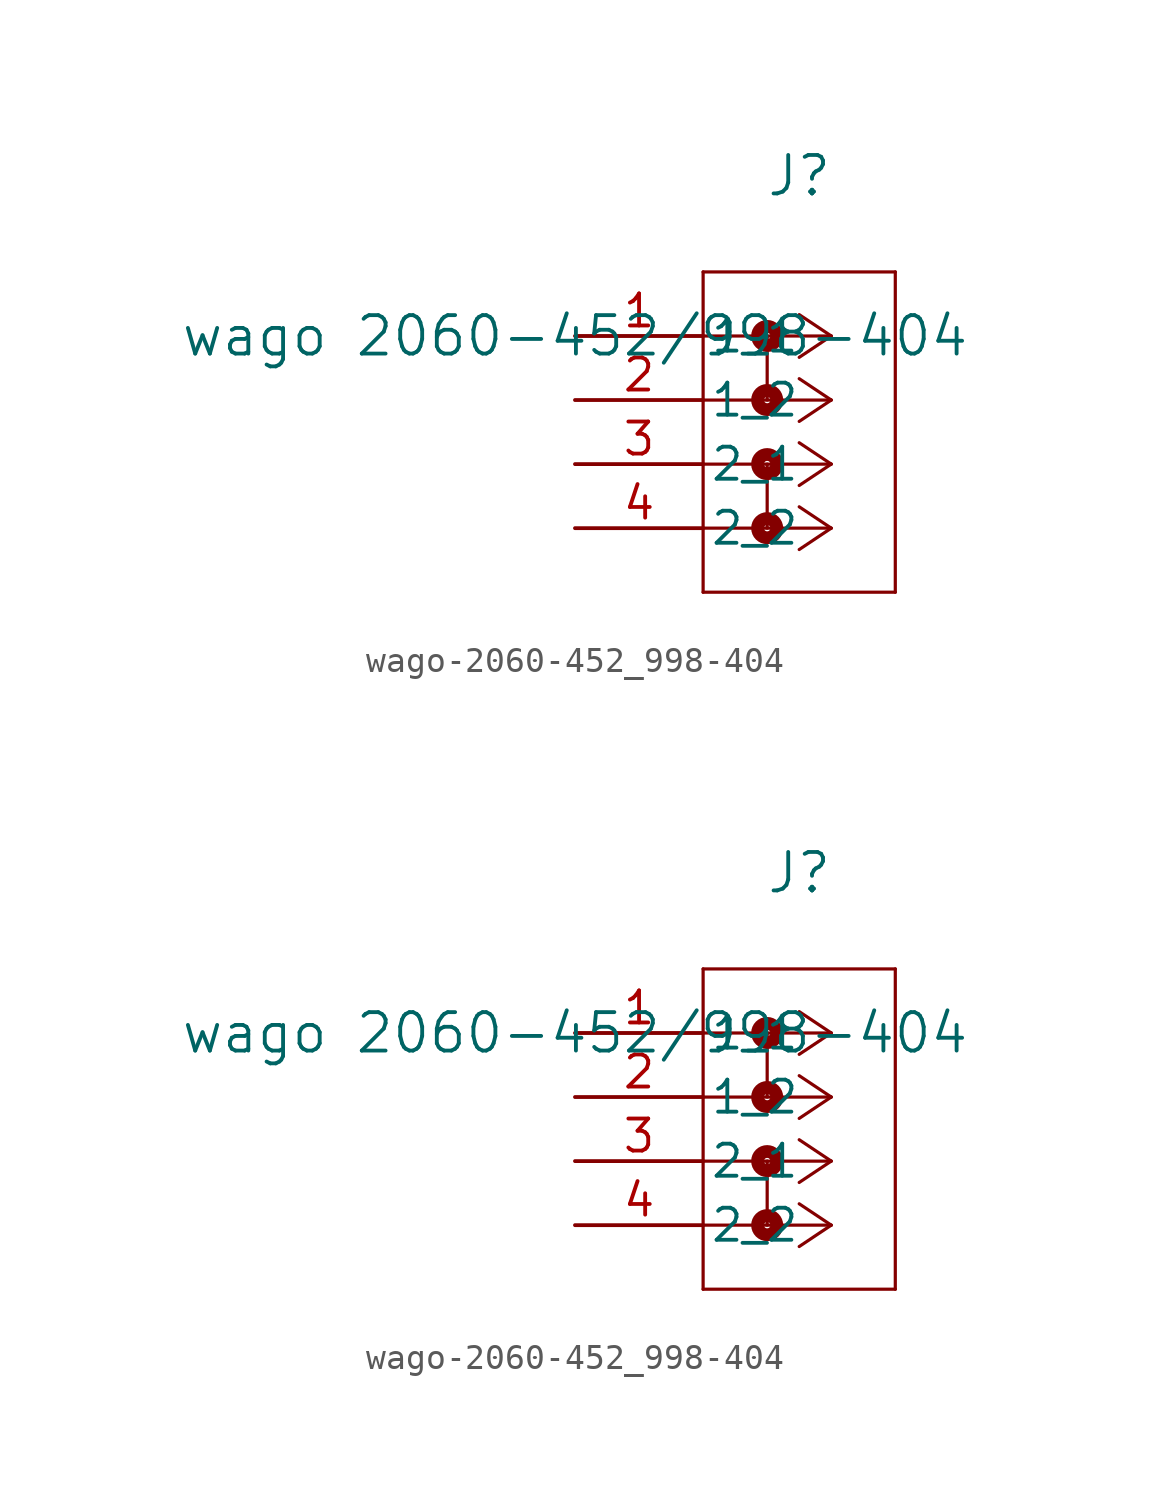
<source format=kicad_sym>
(kicad_symbol_lib
  (version 20241209)
  (generator "kicad_symbol_editor")
  (generator_version "9.0")
  (symbol "wago-2060-452_998-404"
    (pin_names
      (offset 0.254))
    (property "Reference" "J"
      (at 8.89 6.35 0)
      (effects (font (size 1.524 1.524))))
    (property "Value" "wago 2060-452/998-404"
      (at 0 0 0)
      (effects (font (size 1.524 1.524))))
    (symbol "wago-2060-452_998-404_1_1"
      (polyline (pts (xy 5.08 2.54) (xy 5.08 -10.16)) (stroke (width 0.127) (type default)) (fill (type none)))
      (polyline (pts (xy 5.08 -10.16) (xy 12.7 -10.16)) (stroke (width 0.127) (type default)) (fill (type none)))
      (polyline (pts (xy 7.62 0) (xy 7.62 -2.54)) (stroke (width 0.127) (type default)) (fill (type none)))
      (circle (center 7.62 0) (radius 0.127) (stroke (width 0.508) (type default)) (fill (type none)))
      (circle (center 7.62 -2.54) (radius 0.127) (stroke (width 0.508) (type default)) (fill (type none)))
      (polyline (pts (xy 7.62 -5.08) (xy 7.62 -7.62)) (stroke (width 0.127) (type default)) (fill (type none)))
      (circle (center 7.62 -5.08) (radius 0.127) (stroke (width 0.508) (type default)) (fill (type none)))
      (circle (center 7.62 -7.62) (radius 0.127) (stroke (width 0.508) (type default)) (fill (type none)))
      (polyline (pts (xy 10.16 0) (xy 5.08 0)) (stroke (width 0.127) (type default)) (fill (type none)))
      (polyline (pts (xy 10.16 0) (xy 8.89 0.847)) (stroke (width 0.127) (type default)) (fill (type none)))
      (polyline (pts (xy 10.16 0) (xy 8.89 -0.847)) (stroke (width 0.127) (type default)) (fill (type none)))
      (polyline (pts (xy 10.16 -2.54) (xy 5.08 -2.54)) (stroke (width 0.127) (type default)) (fill (type none)))
      (polyline (pts (xy 10.16 -2.54) (xy 8.89 -1.693)) (stroke (width 0.127) (type default)) (fill (type none)))
      (polyline (pts (xy 10.16 -2.54) (xy 8.89 -3.387)) (stroke (width 0.127) (type default)) (fill (type none)))
      (polyline (pts (xy 10.16 -5.08) (xy 5.08 -5.08)) (stroke (width 0.127) (type default)) (fill (type none)))
      (polyline (pts (xy 10.16 -5.08) (xy 8.89 -4.233)) (stroke (width 0.127) (type default)) (fill (type none)))
      (polyline (pts (xy 10.16 -5.08) (xy 8.89 -5.927)) (stroke (width 0.127) (type default)) (fill (type none)))
      (polyline (pts (xy 10.16 -7.62) (xy 5.08 -7.62)) (stroke (width 0.127) (type default)) (fill (type none)))
      (polyline (pts (xy 10.16 -7.62) (xy 8.89 -6.773)) (stroke (width 0.127) (type default)) (fill (type none)))
      (polyline (pts (xy 10.16 -7.62) (xy 8.89 -8.467)) (stroke (width 0.127) (type default)) (fill (type none)))
      (polyline (pts (xy 12.7 2.54) (xy 5.08 2.54)) (stroke (width 0.127) (type default)) (fill (type none)))
      (polyline (pts (xy 12.7 -10.16) (xy 12.7 2.54)) (stroke (width 0.127) (type default)) (fill (type none)))
      (pin unspecified line (at 0 0 0) (length 5.08) (name "1_1" (effects (font (size 1.27 1.27)))) (number "1" (effects (font (size 1.27 1.27)))))
      (pin unspecified line (at 0 -2.54 0) (length 5.08) (name "1_2" (effects (font (size 1.27 1.27)))) (number "2" (effects (font (size 1.27 1.27)))))
      (pin unspecified line (at 0 -5.08 0) (length 5.08) (name "2_1" (effects (font (size 1.27 1.27)))) (number "3" (effects (font (size 1.27 1.27)))))
      (pin unspecified line (at 0 -7.62 0) (length 5.08) (name "2_2" (effects (font (size 1.27 1.27)))) (number "4" (effects (font (size 1.27 1.27))))))
    (symbol "wago-2060-452_998-404_1_2"
      (polyline (pts (xy 5.08 2.54) (xy 5.08 -10.16)) (stroke (width 0.127) (type default)) (fill (type none)))
      (polyline (pts (xy 5.08 -10.16) (xy 12.7 -10.16)) (stroke (width 0.127) (type default)) (fill (type none)))
      (polyline (pts (xy 7.62 0) (xy 7.62 -2.54)) (stroke (width 0.127) (type default)) (fill (type none)))
      (circle (center 7.62 0) (radius 0.127) (stroke (width 0.508) (type default)) (fill (type none)))
      (circle (center 7.62 -2.54) (radius 0.127) (stroke (width 0.508) (type default)) (fill (type none)))
      (polyline (pts (xy 7.62 -5.08) (xy 7.62 -7.62)) (stroke (width 0.127) (type default)) (fill (type none)))
      (circle (center 7.62 -5.08) (radius 0.127) (stroke (width 0.508) (type default)) (fill (type none)))
      (circle (center 7.62 -7.62) (radius 0.127) (stroke (width 0.508) (type default)) (fill (type none)))
      (polyline (pts (xy 10.16 0) (xy 5.08 0)) (stroke (width 0.127) (type default)) (fill (type none)))
      (polyline (pts (xy 10.16 0) (xy 8.89 0.847)) (stroke (width 0.127) (type default)) (fill (type none)))
      (polyline (pts (xy 10.16 0) (xy 8.89 -0.847)) (stroke (width 0.127) (type default)) (fill (type none)))
      (polyline (pts (xy 10.16 -2.54) (xy 5.08 -2.54)) (stroke (width 0.127) (type default)) (fill (type none)))
      (polyline (pts (xy 10.16 -2.54) (xy 8.89 -1.693)) (stroke (width 0.127) (type default)) (fill (type none)))
      (polyline (pts (xy 10.16 -2.54) (xy 8.89 -3.387)) (stroke (width 0.127) (type default)) (fill (type none)))
      (polyline (pts (xy 10.16 -5.08) (xy 5.08 -5.08)) (stroke (width 0.127) (type default)) (fill (type none)))
      (polyline (pts (xy 10.16 -5.08) (xy 8.89 -4.233)) (stroke (width 0.127) (type default)) (fill (type none)))
      (polyline (pts (xy 10.16 -5.08) (xy 8.89 -5.927)) (stroke (width 0.127) (type default)) (fill (type none)))
      (polyline (pts (xy 10.16 -7.62) (xy 5.08 -7.62)) (stroke (width 0.127) (type default)) (fill (type none)))
      (polyline (pts (xy 10.16 -7.62) (xy 8.89 -6.773)) (stroke (width 0.127) (type default)) (fill (type none)))
      (polyline (pts (xy 10.16 -7.62) (xy 8.89 -8.467)) (stroke (width 0.127) (type default)) (fill (type none)))
      (polyline (pts (xy 12.7 2.54) (xy 5.08 2.54)) (stroke (width 0.127) (type default)) (fill (type none)))
      (polyline (pts (xy 12.7 -10.16) (xy 12.7 2.54)) (stroke (width 0.127) (type default)) (fill (type none)))
      (pin unspecified line (at 0 0 0) (length 5.08) (name "1_1" (effects (font (size 1.27 1.27)))) (number "1" (effects (font (size 1.27 1.27)))))
      (pin unspecified line (at 0 -2.54 0) (length 5.08) (name "1_2" (effects (font (size 1.27 1.27)))) (number "2" (effects (font (size 1.27 1.27)))))
      (pin unspecified line (at 0 -5.08 0) (length 5.08) (name "2_1" (effects (font (size 1.27 1.27)))) (number "3" (effects (font (size 1.27 1.27)))))
      (pin unspecified line (at 0 -7.62 0) (length 5.08) (name "2_2" (effects (font (size 1.27 1.27)))) (number "4" (effects (font (size 1.27 1.27))))))))
</source>
